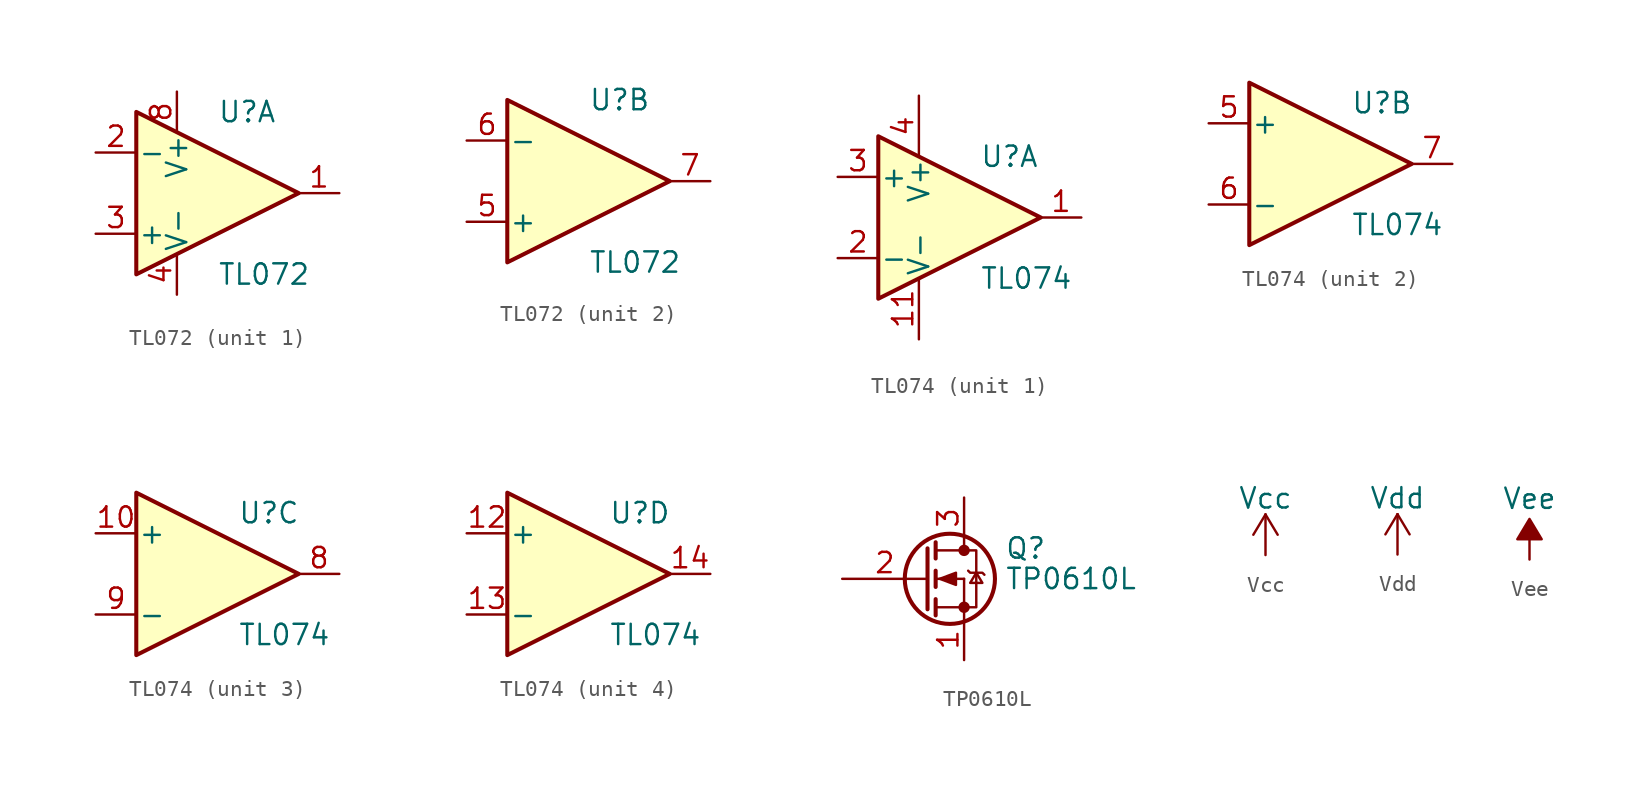
<source format=kicad_sym>
(kicad_symbol_lib
  (version 20211014)
  (generator kicad_symbol_editor)
  (symbol "TL072"
    (pin_names
      (offset 0.102))
    (property "Reference" "U"
      (at 0 5.08 0)
      (effects (font (size 1.27 1.27)) (justify left)))
    (property "Value" "TL072"
      (at 0 -5.08 0)
      (effects (font (size 1.27 1.27)) (justify left)))
    (symbol "TL072_0_1"
      (polyline (pts (xy -5.08 5.08) (xy 5.08 0) (xy -5.08 -5.08) (xy -5.08 5.08)) (stroke (width 0.254) (type default) (color 0 0 0 0)) (fill (type background))))
    (symbol "TL072_1_1"
      (pin output line (at 7.62 0 180) (length 2.54) (name "~" (effects (font (size 1.27 1.27)))) (number "1" (effects (font (size 1.27 1.27)))))
      (pin input line (at -7.62 2.54 0) (length 2.54) (name "-" (effects (font (size 1.27 1.27)))) (number "2" (effects (font (size 1.27 1.27)))))
      (pin input line (at -7.62 -2.54 0) (length 2.54) (name "+" (effects (font (size 1.27 1.27)))) (number "3" (effects (font (size 1.27 1.27)))))
      (pin power_in line (at -2.54 -6.35 90) (length 2.54) (name "V-" (effects (font (size 1.27 1.27)))) (number "4" (effects (font (size 1.27 1.27)))))
      (pin power_in line (at -2.54 6.35 270) (length 2.54) (name "V+" (effects (font (size 1.27 1.27)))) (number "8" (effects (font (size 1.27 1.27))))))
    (symbol "TL072_2_1"
      (pin input line (at -7.62 -2.54 0) (length 2.54) (name "+" (effects (font (size 1.27 1.27)))) (number "5" (effects (font (size 1.27 1.27)))))
      (pin input line (at -7.62 2.54 0) (length 2.54) (name "-" (effects (font (size 1.27 1.27)))) (number "6" (effects (font (size 1.27 1.27)))))
      (pin output line (at 7.62 0 180) (length 2.54) (name "~" (effects (font (size 1.27 1.27)))) (number "7" (effects (font (size 1.27 1.27)))))))
  (symbol "TL074"
    (pin_names
      (offset 0.102))
    (property "Reference" "U"
      (at 1.27 3.81 0)
      (effects (font (size 1.27 1.27)) (justify left)))
    (property "Value" "TL074"
      (at 1.27 -3.81 0)
      (effects (font (size 1.27 1.27)) (justify left)))
    (symbol "TL074_0_1"
      (polyline (pts (xy -5.08 5.08) (xy 5.08 0) (xy -5.08 -5.08) (xy -5.08 5.08)) (stroke (width 0.254) (type default) (color 0 0 0 0)) (fill (type background))))
    (symbol "TL074_1_1"
      (pin output line (at 7.62 0 180) (length 2.54) (name "~" (effects (font (size 1.27 1.27)))) (number "1" (effects (font (size 1.27 1.27)))))
      (pin power_in line (at -2.54 -7.62 90) (length 3.81) (name "V-" (effects (font (size 1.27 1.27)))) (number "11" (effects (font (size 1.27 1.27)))))
      (pin input line (at -7.62 -2.54 0) (length 2.54) (name "-" (effects (font (size 1.27 1.27)))) (number "2" (effects (font (size 1.27 1.27)))))
      (pin input line (at -7.62 2.54 0) (length 2.54) (name "+" (effects (font (size 1.27 1.27)))) (number "3" (effects (font (size 1.27 1.27)))))
      (pin power_in line (at -2.54 7.62 270) (length 3.81) (name "V+" (effects (font (size 1.27 1.27)))) (number "4" (effects (font (size 1.27 1.27))))))
    (symbol "TL074_2_1"
      (pin input line (at -7.62 2.54 0) (length 2.54) (name "+" (effects (font (size 1.27 1.27)))) (number "5" (effects (font (size 1.27 1.27)))))
      (pin input line (at -7.62 -2.54 0) (length 2.54) (name "-" (effects (font (size 1.27 1.27)))) (number "6" (effects (font (size 1.27 1.27)))))
      (pin output line (at 7.62 0 180) (length 2.54) (name "~" (effects (font (size 1.27 1.27)))) (number "7" (effects (font (size 1.27 1.27))))))
    (symbol "TL074_3_1"
      (pin input line (at -7.62 2.54 0) (length 2.54) (name "+" (effects (font (size 1.27 1.27)))) (number "10" (effects (font (size 1.27 1.27)))))
      (pin output line (at 7.62 0 180) (length 2.54) (name "~" (effects (font (size 1.27 1.27)))) (number "8" (effects (font (size 1.27 1.27)))))
      (pin input line (at -7.62 -2.54 0) (length 2.54) (name "-" (effects (font (size 1.27 1.27)))) (number "9" (effects (font (size 1.27 1.27))))))
    (symbol "TL074_4_1"
      (pin input line (at -7.62 2.54 0) (length 2.54) (name "+" (effects (font (size 1.27 1.27)))) (number "12" (effects (font (size 1.27 1.27)))))
      (pin input line (at -7.62 -2.54 0) (length 2.54) (name "-" (effects (font (size 1.27 1.27)))) (number "13" (effects (font (size 1.27 1.27)))))
      (pin output line (at 7.62 0 180) (length 2.54) (name "~" (effects (font (size 1.27 1.27)))) (number "14" (effects (font (size 1.27 1.27)))))))
  (symbol "TP0610L"
    (pin_names
      (offset 0) hide)
    (property "Reference" "Q"
      (at 5.08 1.905 0)
      (effects (font (size 1.27 1.27)) (justify left)))
    (property "Value" "TP0610L"
      (at 5.08 0 0)
      (effects (font (size 1.27 1.27)) (justify left)))
    (symbol "TP0610L_0_1"
      (polyline (pts (xy 0.762 -1.778) (xy 2.54 -1.778)) (stroke (width 0) (type default) (color 0 0 0 0)) (fill (type none)))
      (polyline (pts (xy 0.762 -1.27) (xy 0.762 -2.286)) (stroke (width 0.254) (type default) (color 0 0 0 0)) (fill (type none)))
      (polyline (pts (xy 0.762 0) (xy 2.54 0)) (stroke (width 0) (type default) (color 0 0 0 0)) (fill (type none)))
      (polyline (pts (xy 0.762 0.508) (xy 0.762 -0.508)) (stroke (width 0.254) (type default) (color 0 0 0 0)) (fill (type none)))
      (polyline (pts (xy 0.762 1.778) (xy 2.54 1.778)) (stroke (width 0) (type default) (color 0 0 0 0)) (fill (type none)))
      (polyline (pts (xy 0.762 2.286) (xy 0.762 1.27)) (stroke (width 0.254) (type default) (color 0 0 0 0)) (fill (type none)))
      (polyline (pts (xy 2.54 -1.778) (xy 2.54 -2.54)) (stroke (width 0) (type default) (color 0 0 0 0)) (fill (type none)))
      (polyline (pts (xy 2.54 -1.778) (xy 2.54 0)) (stroke (width 0) (type default) (color 0 0 0 0)) (fill (type none)))
      (polyline (pts (xy 2.54 2.54) (xy 2.54 1.778)) (stroke (width 0) (type default) (color 0 0 0 0)) (fill (type none)))
      (polyline (pts (xy 0.254 1.905) (xy 0.254 -1.905) (xy 0.254 -1.905)) (stroke (width 0.254) (type default) (color 0 0 0 0)) (fill (type none)))
      (polyline (pts (xy 1.016 0) (xy 2.032 0.381) (xy 2.032 -0.381) (xy 1.016 0)) (stroke (width 0) (type default) (color 0 0 0 0)) (fill (type outline)))
      (polyline (pts (xy 2.54 -1.778) (xy 3.302 -1.778) (xy 3.302 1.778) (xy 2.54 1.778)) (stroke (width 0) (type default) (color 0 0 0 0)) (fill (type none)))
      (polyline (pts (xy 2.794 0.508) (xy 2.921 0.381) (xy 3.683 0.381) (xy 3.81 0.254)) (stroke (width 0) (type default) (color 0 0 0 0)) (fill (type none)))
      (polyline (pts (xy 3.302 0.381) (xy 2.921 -0.254) (xy 3.683 -0.254) (xy 3.302 0.381)) (stroke (width 0) (type default) (color 0 0 0 0)) (fill (type none)))
      (circle (center 1.651 0) (radius 2.819) (stroke (width 0.254) (type default) (color 0 0 0 0)) (fill (type none)))
      (circle (center 2.54 -1.778) (radius 0.279) (stroke (width 0) (type default) (color 0 0 0 0)) (fill (type outline)))
      (circle (center 2.54 1.778) (radius 0.279) (stroke (width 0) (type default) (color 0 0 0 0)) (fill (type outline))))
    (symbol "TP0610L_1_1"
      (pin passive line (at 2.54 -5.08 90) (length 2.54) (name "S" (effects (font (size 1.27 1.27)))) (number "1" (effects (font (size 1.27 1.27)))))
      (pin input line (at -5.08 0 0) (length 5.334) (name "G" (effects (font (size 1.27 1.27)))) (number "2" (effects (font (size 1.27 1.27)))))
      (pin passive line (at 2.54 5.08 270) (length 2.54) (name "D" (effects (font (size 1.27 1.27)))) (number "3" (effects (font (size 1.27 1.27)))))))
  (symbol "Vcc"
    (power)
    (pin_names
      (offset 0))
    (property "Reference" "#PWR"
      (at 0 -3.81 0)
      (effects (font (size 1.27 1.27)) hide))
    (property "Value" "Vcc"
      (at 0 3.556 0)
      (effects (font (size 1.27 1.27))))
    (symbol "Vcc_0_1"
      (polyline (pts (xy -0.762 1.27) (xy 0 2.54)) (stroke (width 0) (type default) (color 0 0 0 0)) (fill (type none)))
      (polyline (pts (xy 0 0) (xy 0 2.54)) (stroke (width 0) (type default) (color 0 0 0 0)) (fill (type none)))
      (polyline (pts (xy 0 2.54) (xy 0.762 1.27)) (stroke (width 0) (type default) (color 0 0 0 0)) (fill (type none))))
    (symbol "Vcc_1_1"
      (pin power_in line (at 0 0 90) (length 0) hide (name "Vcc" (effects (font (size 1.27 1.27)))) (number "1" (effects (font (size 1.27 1.27)))))))
  (symbol "Vdd"
    (power)
    (pin_names
      (offset 0))
    (property "Reference" "#PWR"
      (at 0 -3.81 0)
      (effects (font (size 1.27 1.27)) hide))
    (property "Value" "Vdd"
      (at 0 3.556 0)
      (effects (font (size 1.27 1.27))))
    (symbol "Vdd_0_1"
      (polyline (pts (xy -0.762 1.27) (xy 0 2.54)) (stroke (width 0) (type default) (color 0 0 0 0)) (fill (type none)))
      (polyline (pts (xy 0 0) (xy 0 2.54)) (stroke (width 0) (type default) (color 0 0 0 0)) (fill (type none)))
      (polyline (pts (xy 0 2.54) (xy 0.762 1.27)) (stroke (width 0) (type default) (color 0 0 0 0)) (fill (type none))))
    (symbol "Vdd_1_1"
      (pin power_in line (at 0 0 90) (length 0) hide (name "Vdd" (effects (font (size 1.27 1.27)))) (number "1" (effects (font (size 1.27 1.27)))))))
  (symbol "Vee"
    (power)
    (pin_names
      (offset 0))
    (property "Reference" "#PWR"
      (at 0 2.54 0)
      (effects (font (size 1.27 1.27)) hide))
    (property "Value" "Vee"
      (at 0 3.81 0)
      (effects (font (size 1.27 1.27))))
    (symbol "Vee_0_0"
      (pin power_in line (at 0 0 90) (length 0) hide (name "Vee" (effects (font (size 1.27 1.27)))) (number "1" (effects (font (size 1.27 1.27))))))
    (symbol "Vee_0_1"
      (polyline (pts (xy 0 0) (xy 0 1.27) (xy 0.762 1.27) (xy 0 2.54) (xy -0.762 1.27) (xy 0 1.27)) (stroke (width 0) (type default) (color 0 0 0 0)) (fill (type outline))))))
</source>
